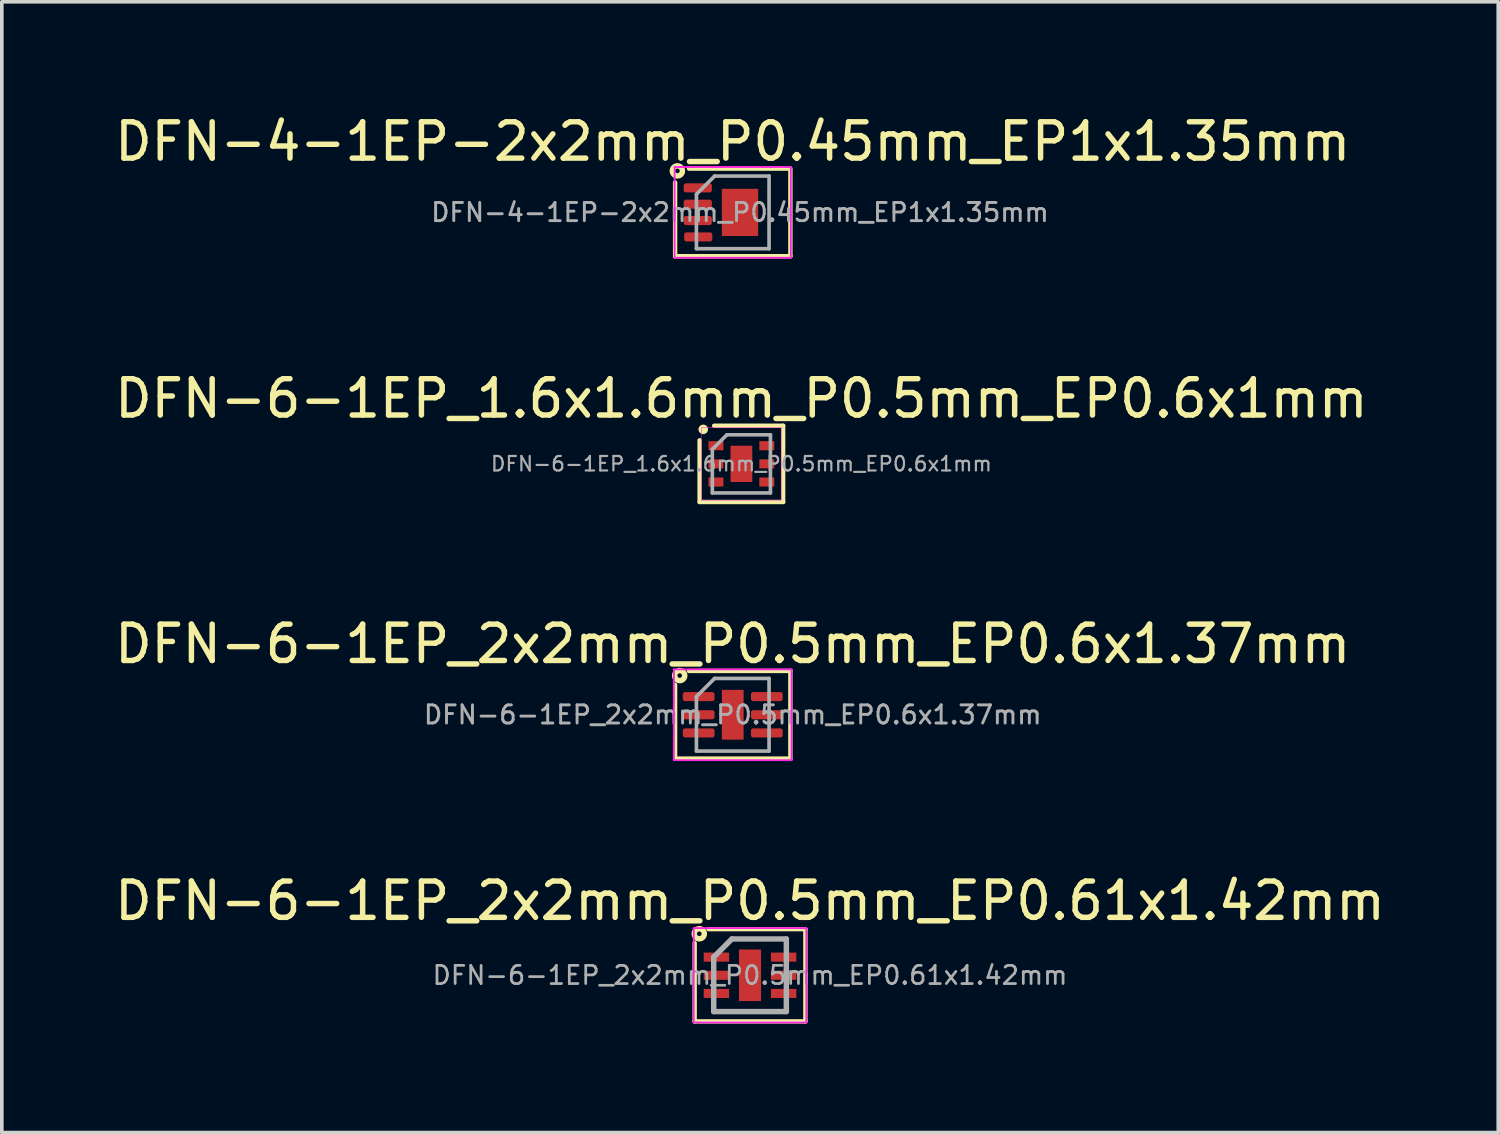
<source format=kicad_pcb>
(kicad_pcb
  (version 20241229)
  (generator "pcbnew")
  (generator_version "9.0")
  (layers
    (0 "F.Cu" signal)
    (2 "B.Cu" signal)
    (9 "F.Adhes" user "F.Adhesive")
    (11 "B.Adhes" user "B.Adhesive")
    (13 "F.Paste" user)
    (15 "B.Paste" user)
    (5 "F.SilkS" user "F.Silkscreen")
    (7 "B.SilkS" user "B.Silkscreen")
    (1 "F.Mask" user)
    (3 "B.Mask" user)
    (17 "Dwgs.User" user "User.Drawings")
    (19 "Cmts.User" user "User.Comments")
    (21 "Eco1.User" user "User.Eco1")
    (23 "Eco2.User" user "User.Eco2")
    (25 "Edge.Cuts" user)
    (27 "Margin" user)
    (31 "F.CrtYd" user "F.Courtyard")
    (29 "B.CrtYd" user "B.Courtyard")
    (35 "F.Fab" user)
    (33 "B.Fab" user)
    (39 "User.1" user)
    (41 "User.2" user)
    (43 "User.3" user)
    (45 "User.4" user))
  (footprint "DFN-6-1EP_1.6x1.6mm_P0.5mm_EP0.6x1mm"
    (layer "F.Cu")
    (at 17.363 9.722)
    (property "Reference" "DFN-6-1EP_1.6x1.6mm_P0.5mm_EP0.6x1mm" (at 0 -1.8 0) (layer "F.SilkS") (effects (font (size 1 1) (thickness 0.15))))
    (attr smd)
    (fp_line (start -1.15 1.05) (end -1.15 -0.65) (stroke (width 0.12) (type solid)) (layer "F.SilkS"))
    (fp_line (start -1.15 1.05) (end 1.15 1.05) (stroke (width 0.12) (type solid)) (layer "F.SilkS"))
    (fp_line (start 1.15 -1.05) (end -0.75 -1.05) (stroke (width 0.12) (type solid)) (layer "F.SilkS"))
    (fp_line (start 1.15 1.05) (end 1.15 -1.05) (stroke (width 0.12) (type solid)) (layer "F.SilkS"))
    (fp_circle (center -1.05 -0.95) (end -0.979 -0.95) (stroke (width 0.12) (type solid)) (fill yes) (layer "F.SilkS"))
    (fp_line (start -1.1 -1) (end -1.1 1) (stroke (width 0.013) (type solid)) (layer "F.CrtYd"))
    (fp_line (start -1.1 1) (end 1.1 1) (stroke (width 0.013) (type solid)) (layer "F.CrtYd"))
    (fp_line (start 1.1 -1) (end -1.1 -1) (stroke (width 0.013) (type solid)) (layer "F.CrtYd"))
    (fp_line (start 1.1 1) (end 1.1 -1) (stroke (width 0.013) (type solid)) (layer "F.CrtYd"))
    (fp_line (start -0.8 -0.4) (end -0.4 -0.8) (stroke (width 0.1) (type solid)) (layer "F.Fab"))
    (fp_line (start -0.8 0.8) (end -0.8 -0.4) (stroke (width 0.1) (type solid)) (layer "F.Fab"))
    (fp_line (start -0.4 -0.8) (end 0.8 -0.8) (stroke (width 0.1) (type solid)) (layer "F.Fab"))
    (fp_line (start 0.8 -0.8) (end 0.8 0.8) (stroke (width 0.1) (type solid)) (layer "F.Fab"))
    (fp_line (start 0.8 0.8) (end -0.8 0.8) (stroke (width 0.1) (type solid)) (layer "F.Fab"))
    (fp_text user "${REFERENCE}" (at 0 0 0) (layer "F.Fab") (effects (font (size 0.4 0.4) (thickness 0.06))))
    (pad "1" smd rect (at -0.7 -0.5) (size 0.412 0.25) (layers "F.Cu" "F.Mask" "F.Paste"))
    (pad "2" smd rect (at -0.7 0) (size 0.412 0.25) (layers "F.Cu" "F.Mask" "F.Paste"))
    (pad "3" smd rect (at -0.7 0.5) (size 0.412 0.25) (layers "F.Cu" "F.Mask" "F.Paste"))
    (pad "4" smd rect (at 0.7 0.5) (size 0.412 0.25) (layers "F.Cu" "F.Mask" "F.Paste"))
    (pad "5" smd rect (at 0.7 0) (size 0.412 0.25) (layers "F.Cu" "F.Mask" "F.Paste"))
    (pad "6" smd rect (at 0.7 -0.5) (size 0.412 0.25) (layers "F.Cu" "F.Mask" "F.Paste"))
    (pad "7" smd rect (at 0 0) (size 0.6 1) (layers "F.Cu" "F.Mask" "F.Paste")))
  (footprint "DFN-4-1EP-2x2mm_P0.45mm_EP1x1.35mm"
    (layer "F.Cu")
    (at 17.125 2.798)
    (property "Reference" "DFN-4-1EP-2x2mm_P0.45mm_EP1x1.35mm" (at 0 -1.95 0) (layer "F.SilkS") (effects (font (size 1 1) (thickness 0.15))))
    (attr smd)
    (fp_line (start -1.587 1.206) (end -1.587 -0.826) (stroke (width 0.12) (type solid)) (layer "F.SilkS"))
    (fp_line (start -1.206 -1.206) (end 1.524 -1.206) (stroke (width 0.12) (type solid)) (layer "F.SilkS"))
    (fp_line (start 1.587 -1.206) (end 1.587 1.206) (stroke (width 0.12) (type solid)) (layer "F.SilkS"))
    (fp_line (start 1.587 1.206) (end -1.587 1.206) (stroke (width 0.12) (type solid)) (layer "F.SilkS"))
    (fp_circle (center -1.524 -1.143) (end -1.46 -1.143) (stroke (width 0.15) (type solid)) (fill no) (layer "F.SilkS"))
    (fp_line (start -1.6 -1.25) (end -1.6 1.25) (stroke (width 0.05) (type solid)) (layer "F.CrtYd"))
    (fp_line (start -1.6 1.25) (end 1.6 1.25) (stroke (width 0.05) (type solid)) (layer "F.CrtYd"))
    (fp_line (start 1.6 -1.25) (end -1.6 -1.25) (stroke (width 0.05) (type solid)) (layer "F.CrtYd"))
    (fp_line (start 1.6 1.25) (end 1.6 -1.25) (stroke (width 0.05) (type solid)) (layer "F.CrtYd"))
    (fp_line (start -1 -0.5) (end -0.5 -1) (stroke (width 0.1) (type solid)) (layer "F.Fab"))
    (fp_line (start -1 1) (end -1 -0.5) (stroke (width 0.1) (type solid)) (layer "F.Fab"))
    (fp_line (start -0.5 -1) (end 1 -1) (stroke (width 0.1) (type solid)) (layer "F.Fab"))
    (fp_line (start 1 -1) (end 1 1) (stroke (width 0.1) (type solid)) (layer "F.Fab"))
    (fp_line (start 1 1) (end -1 1) (stroke (width 0.1) (type solid)) (layer "F.Fab"))
    (fp_text user "${REFERENCE}" (at 0.2 0 0) (layer "F.Fab") (effects (font (size 0.5 0.5) (thickness 0.08))))
    (pad "" smd roundrect (at -0.029 -0.325) (size 0.35 0.52) (layers "F.Paste") (roundrect_rratio 0.25))
    (pad "" smd roundrect (at -0.029 0.325) (size 0.35 0.52) (layers "F.Paste") (roundrect_rratio 0.25))
    (pad "" smd roundrect (at 0.429 -0.325) (size 0.35 0.52) (layers "F.Paste") (roundrect_rratio 0.25))
    (pad "" smd roundrect (at 0.429 0.325) (size 0.35 0.52) (layers "F.Paste") (roundrect_rratio 0.25))
    (pad "1" smd roundrect (at -0.963 -0.675) (size 0.775 0.25) (layers "F.Cu" "F.Mask" "F.Paste") (roundrect_rratio 0.25))
    (pad "2" smd roundrect (at -0.963 -0.225) (size 0.775 0.25) (layers "F.Cu" "F.Mask" "F.Paste") (roundrect_rratio 0.25))
    (pad "3" smd roundrect (at -0.963 0.225) (size 0.775 0.25) (layers "F.Cu" "F.Mask" "F.Paste") (roundrect_rratio 0.25))
    (pad "4" smd roundrect (at -0.95 0.675) (size 0.775 0.25) (layers "F.Cu" "F.Mask" "F.Paste") (roundrect_rratio 0.25))
    (pad "5" smd rect (at 0.2 0) (size 1 1.3) (layers "F.Cu" "F.Mask")))
  (footprint "DFN-6-1EP_2x2mm_P0.5mm_EP0.61x1.42mm"
    (layer "F.Cu")
    (at 17.601 23.803)
    (property "Reference" "DFN-6-1EP_2x2mm_P0.5mm_EP0.61x1.42mm" (at 0 -2.05 0) (layer "F.SilkS") (effects (font (size 1 1) (thickness 0.15))))
    (attr smd)
    (fp_line (start -1.524 1.27) (end -1.524 -0.889) (stroke (width 0.12) (type solid)) (layer "F.SilkS"))
    (fp_line (start -1.143 -1.27) (end 1.524 -1.27) (stroke (width 0.12) (type solid)) (layer "F.SilkS"))
    (fp_line (start 1.524 -1.27) (end 1.524 1.27) (stroke (width 0.12) (type solid)) (layer "F.SilkS"))
    (fp_line (start 1.524 1.27) (end -1.524 1.27) (stroke (width 0.12) (type solid)) (layer "F.SilkS"))
    (fp_circle (center -1.397 -1.143) (end -1.333 -1.143) (stroke (width 0.15) (type solid)) (fill no) (layer "F.SilkS"))
    (fp_line (start -1.55 -1.3) (end -1.55 1.3) (stroke (width 0.05) (type solid)) (layer "F.CrtYd"))
    (fp_line (start -1.55 -1.3) (end 1.55 -1.3) (stroke (width 0.05) (type solid)) (layer "F.CrtYd"))
    (fp_line (start -1.55 1.3) (end 1.55 1.3) (stroke (width 0.05) (type solid)) (layer "F.CrtYd"))
    (fp_line (start 1.55 -1.3) (end 1.55 1.3) (stroke (width 0.05) (type solid)) (layer "F.CrtYd"))
    (fp_line (start -1 -0.5) (end -0.5 -1) (stroke (width 0.15) (type solid)) (layer "F.Fab"))
    (fp_line (start -1 1) (end -1 -0.5) (stroke (width 0.15) (type solid)) (layer "F.Fab"))
    (fp_line (start -0.5 -1) (end 1 -1) (stroke (width 0.15) (type solid)) (layer "F.Fab"))
    (fp_line (start 1 -1) (end 1 1) (stroke (width 0.15) (type solid)) (layer "F.Fab"))
    (fp_line (start 1 1) (end -1 1) (stroke (width 0.15) (type solid)) (layer "F.Fab"))
    (fp_text user "${REFERENCE}" (at 0 0 0) (layer "F.Fab") (effects (font (size 0.5 0.5) (thickness 0.075))))
    (pad "" smd rect (at 0 -0.355) (size 0.5 0.56) (layers "F.Paste"))
    (pad "" smd rect (at 0 0.355) (size 0.5 0.56) (layers "F.Paste"))
    (pad "1" smd rect (at -0.925 -0.5) (size 0.7 0.25) (layers "F.Cu" "F.Mask" "F.Paste"))
    (pad "2" smd rect (at -0.925 0) (size 0.7 0.25) (layers "F.Cu" "F.Mask" "F.Paste"))
    (pad "3" smd rect (at -0.925 0.5) (size 0.7 0.25) (layers "F.Cu" "F.Mask" "F.Paste"))
    (pad "4" smd rect (at 0.925 0.5) (size 0.7 0.25) (layers "F.Cu" "F.Mask" "F.Paste"))
    (pad "5" smd rect (at 0.925 0) (size 0.7 0.25) (layers "F.Cu" "F.Mask" "F.Paste"))
    (pad "6" smd rect (at 0.925 -0.5) (size 0.7 0.25) (layers "F.Cu" "F.Mask" "F.Paste"))
    (pad "7" smd rect (at 0 0) (size 0.61 1.42) (layers "F.Cu" "F.Mask")))
  (footprint "DFN-6-1EP_2x2mm_P0.5mm_EP0.6x1.37mm"
    (layer "F.Cu")
    (at 17.125 16.63)
    (property "Reference" "DFN-6-1EP_2x2mm_P0.5mm_EP0.6x1.37mm" (at 0 -1.95 0) (layer "F.SilkS") (effects (font (size 1 1) (thickness 0.15))))
    (attr smd)
    (fp_line (start -1.587 1.206) (end -1.587 -0.826) (stroke (width 0.12) (type solid)) (layer "F.SilkS"))
    (fp_line (start -1.206 -1.206) (end 1.587 -1.206) (stroke (width 0.12) (type solid)) (layer "F.SilkS"))
    (fp_line (start 1.587 -1.206) (end 1.587 1.206) (stroke (width 0.12) (type solid)) (layer "F.SilkS"))
    (fp_line (start 1.587 1.206) (end -1.587 1.206) (stroke (width 0.12) (type solid)) (layer "F.SilkS"))
    (fp_circle (center -1.46 -1.079) (end -1.397 -1.079) (stroke (width 0.15) (type solid)) (fill no) (layer "F.SilkS"))
    (fp_line (start -1.62 -1.25) (end -1.62 1.25) (stroke (width 0.05) (type solid)) (layer "F.CrtYd"))
    (fp_line (start -1.62 1.25) (end 1.62 1.25) (stroke (width 0.05) (type solid)) (layer "F.CrtYd"))
    (fp_line (start 1.62 -1.25) (end -1.62 -1.25) (stroke (width 0.05) (type solid)) (layer "F.CrtYd"))
    (fp_line (start 1.62 1.25) (end 1.62 -1.25) (stroke (width 0.05) (type solid)) (layer "F.CrtYd"))
    (fp_line (start -1 -0.5) (end -0.5 -1) (stroke (width 0.1) (type solid)) (layer "F.Fab"))
    (fp_line (start -1 1) (end -1 -0.5) (stroke (width 0.1) (type solid)) (layer "F.Fab"))
    (fp_line (start -0.5 -1) (end 1 -1) (stroke (width 0.1) (type solid)) (layer "F.Fab"))
    (fp_line (start 1 -1) (end 1 1) (stroke (width 0.1) (type solid)) (layer "F.Fab"))
    (fp_line (start 1 1) (end -1 1) (stroke (width 0.1) (type solid)) (layer "F.Fab"))
    (fp_text user "${REFERENCE}" (at 0 0 0) (layer "F.Fab") (effects (font (size 0.5 0.5) (thickness 0.08))))
    (pad "" smd roundrect (at 0 -0.34) (size 0.48 0.55) (layers "F.Paste") (roundrect_rratio 0.25))
    (pad "" smd roundrect (at 0 0.34) (size 0.48 0.55) (layers "F.Paste") (roundrect_rratio 0.25))
    (pad "1" smd roundrect (at -0.938 -0.5) (size 0.875 0.25) (layers "F.Cu" "F.Mask" "F.Paste") (roundrect_rratio 0.25))
    (pad "2" smd roundrect (at -0.938 0) (size 0.875 0.25) (layers "F.Cu" "F.Mask" "F.Paste") (roundrect_rratio 0.25))
    (pad "3" smd roundrect (at -0.938 0.5) (size 0.875 0.25) (layers "F.Cu" "F.Mask" "F.Paste") (roundrect_rratio 0.25))
    (pad "4" smd roundrect (at 0.938 0.5) (size 0.875 0.25) (layers "F.Cu" "F.Mask" "F.Paste") (roundrect_rratio 0.25))
    (pad "5" smd roundrect (at 0.938 0) (size 0.875 0.25) (layers "F.Cu" "F.Mask" "F.Paste") (roundrect_rratio 0.25))
    (pad "6" smd roundrect (at 0.938 -0.5) (size 0.875 0.25) (layers "F.Cu" "F.Mask" "F.Paste") (roundrect_rratio 0.25))
    (pad "7" smd rect (at 0 0) (size 0.6 1.37) (layers "F.Cu" "F.Mask")))
  (gr_rect
    (start -3 -3)
    (end 38.202 28.133)
    (stroke (width 0.1) (type default))
    (fill no)
    (layer "Edge.Cuts")))
</source>
